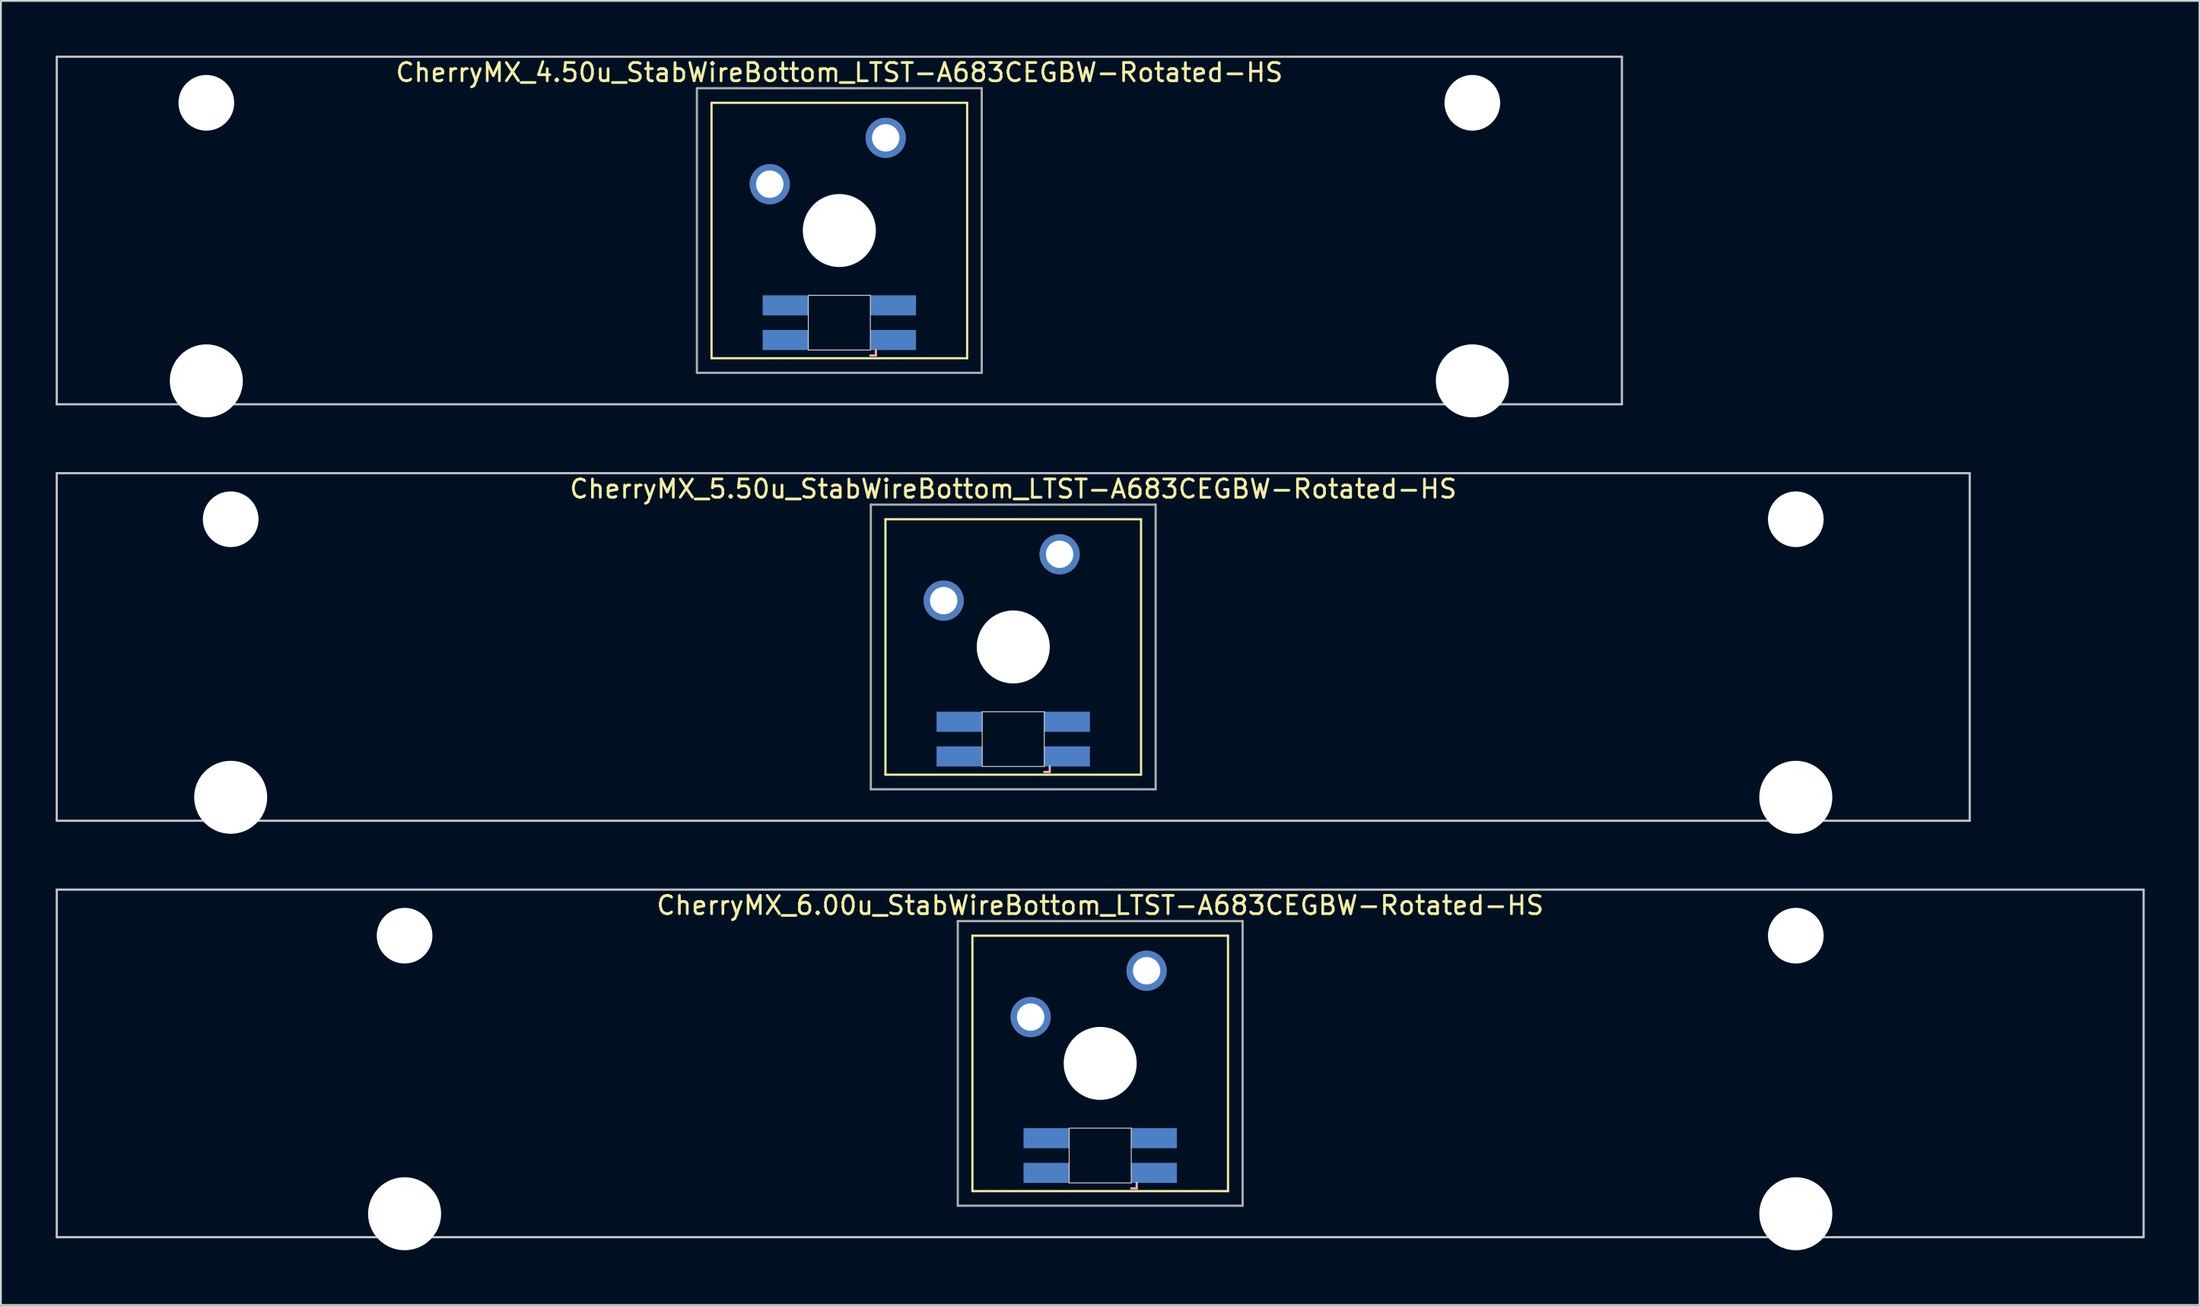
<source format=kicad_pcb>
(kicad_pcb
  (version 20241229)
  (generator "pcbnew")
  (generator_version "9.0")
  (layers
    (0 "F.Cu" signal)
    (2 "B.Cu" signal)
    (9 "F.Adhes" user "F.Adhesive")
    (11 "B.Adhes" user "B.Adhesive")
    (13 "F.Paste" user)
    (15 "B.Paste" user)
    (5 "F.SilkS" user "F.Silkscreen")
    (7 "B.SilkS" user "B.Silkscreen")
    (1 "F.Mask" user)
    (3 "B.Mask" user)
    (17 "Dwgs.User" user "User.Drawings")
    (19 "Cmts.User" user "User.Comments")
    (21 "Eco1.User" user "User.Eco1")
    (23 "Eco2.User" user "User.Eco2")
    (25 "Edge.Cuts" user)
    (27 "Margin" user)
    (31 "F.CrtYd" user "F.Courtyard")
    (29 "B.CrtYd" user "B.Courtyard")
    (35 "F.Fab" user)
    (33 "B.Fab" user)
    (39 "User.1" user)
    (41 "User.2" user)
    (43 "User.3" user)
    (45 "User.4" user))
  (footprint "CherryMX_6.00u_StabWireBottom_LTST-A683CEGBW-Rotated-HS"
    (layer "F.Cu")
    (at 57.21 55.235)
    (property "Reference" "CherryMX_6.00u_StabWireBottom_LTST-A683CEGBW-Rotated-HS" (at 0 -8.662 0) (layer "F.SilkS") (effects (font (size 1 1) (thickness 0.15))))
    (attr through_hole)
    (fp_line (start -7 -7) (end -7 7) (stroke (width 0.12) (type solid)) (layer "F.SilkS"))
    (fp_line (start -7 -7) (end 7 -7) (stroke (width 0.12) (type solid)) (layer "F.SilkS"))
    (fp_line (start 7 -7) (end 7 7) (stroke (width 0.12) (type solid)) (layer "F.SilkS"))
    (fp_line (start 7 7) (end -7 7) (stroke (width 0.12) (type solid)) (layer "F.SilkS"))
    (fp_line (start 1.7 6.85) (end 2 6.85) (stroke (width 0.12) (type solid)) (layer "B.SilkS"))
    (fp_line (start 2 6.85) (end 2 6.55) (stroke (width 0.12) (type solid)) (layer "B.SilkS"))
    (fp_line (start -57.15 -9.525) (end 57.15 -9.525) (stroke (width 0.12) (type solid)) (layer "Dwgs.User"))
    (fp_line (start -57.15 9.525) (end -57.15 -9.525) (stroke (width 0.12) (type solid)) (layer "Dwgs.User"))
    (fp_line (start 57.15 -9.525) (end 57.15 9.525) (stroke (width 0.12) (type solid)) (layer "Dwgs.User"))
    (fp_line (start 57.15 9.525) (end -57.15 9.525) (stroke (width 0.12) (type solid)) (layer "Dwgs.User"))
    (fp_line (start -1.7 3.55) (end 1.7 3.55) (stroke (width 0.05) (type solid)) (layer "Edge.Cuts"))
    (fp_line (start -1.7 6.55) (end -1.7 3.55) (stroke (width 0.05) (type solid)) (layer "Edge.Cuts"))
    (fp_line (start 1.7 3.55) (end 1.7 6.55) (stroke (width 0.05) (type solid)) (layer "Edge.Cuts"))
    (fp_line (start 1.7 6.55) (end -1.7 6.55) (stroke (width 0.05) (type solid)) (layer "Edge.Cuts"))
    (fp_line (start -7.8 -7.8) (end -7.8 7.8) (stroke (width 0.12) (type solid)) (layer "F.Fab"))
    (fp_line (start -7.8 -7.8) (end 7.8 -7.8) (stroke (width 0.12) (type solid)) (layer "F.Fab"))
    (fp_line (start -7.8 7.8) (end 7.8 7.8) (stroke (width 0.12) (type solid)) (layer "F.Fab"))
    (fp_line (start 7.8 -7.8) (end 7.8 7.8) (stroke (width 0.12) (type solid)) (layer "F.Fab"))
    (pad "" np_thru_hole circle (at -38.1 -7) (size 3.05 3.05) (drill 3.05) (layers "*.Cu" "*.Mask"))
    (pad "" np_thru_hole circle (at -38.1 8.24) (size 4 4) (drill 4) (layers "*.Cu" "*.Mask"))
    (pad "" np_thru_hole circle (at 0 0) (size 4 4) (drill 4) (layers "*.Cu" "*.Mask"))
    (pad "" np_thru_hole circle (at 38.1 -7) (size 3.05 3.05) (drill 3.05) (layers "*.Cu" "*.Mask"))
    (pad "" np_thru_hole circle (at 38.1 8.24) (size 4 4) (drill 4) (layers "*.Cu" "*.Mask"))
    (pad "1" thru_hole circle (at -3.81 -2.54) (size 2.2 2.2) (drill 1.5) (layers "*.Cu" "*.Mask"))
    (pad "2" thru_hole circle (at 2.54 -5.08) (size 2.2 2.2) (drill 1.5) (layers "*.Cu" "*.Mask"))
    (pad "3" smd rect (at 2.95 6) (size 2.5 1.1) (layers "B.Cu" "B.Mask" "B.Paste"))
    (pad "4" smd rect (at 2.95 4.1) (size 2.5 1.1) (layers "B.Cu" "B.Mask" "B.Paste"))
    (pad "5" smd rect (at -2.95 6) (size 2.5 1.1) (layers "B.Cu" "B.Mask" "B.Paste"))
    (pad "6" smd rect (at -2.95 4.1) (size 2.5 1.1) (layers "B.Cu" "B.Mask" "B.Paste")))
  (footprint "CherryMX_5.50u_StabWireBottom_LTST-A683CEGBW-Rotated-HS"
    (layer "F.Cu")
    (at 52.447 32.41)
    (property "Reference" "CherryMX_5.50u_StabWireBottom_LTST-A683CEGBW-Rotated-HS" (at 0 -8.662 0) (layer "F.SilkS") (effects (font (size 1 1) (thickness 0.15))))
    (attr through_hole)
    (fp_line (start -7 -7) (end -7 7) (stroke (width 0.12) (type solid)) (layer "F.SilkS"))
    (fp_line (start -7 -7) (end 7 -7) (stroke (width 0.12) (type solid)) (layer "F.SilkS"))
    (fp_line (start 7 -7) (end 7 7) (stroke (width 0.12) (type solid)) (layer "F.SilkS"))
    (fp_line (start 7 7) (end -7 7) (stroke (width 0.12) (type solid)) (layer "F.SilkS"))
    (fp_line (start 1.7 6.85) (end 2 6.85) (stroke (width 0.12) (type solid)) (layer "B.SilkS"))
    (fp_line (start 2 6.85) (end 2 6.55) (stroke (width 0.12) (type solid)) (layer "B.SilkS"))
    (fp_line (start -52.388 -9.525) (end 52.388 -9.525) (stroke (width 0.12) (type solid)) (layer "Dwgs.User"))
    (fp_line (start -52.388 9.525) (end -52.388 -9.525) (stroke (width 0.12) (type solid)) (layer "Dwgs.User"))
    (fp_line (start 52.388 -9.525) (end 52.388 9.525) (stroke (width 0.12) (type solid)) (layer "Dwgs.User"))
    (fp_line (start 52.388 9.525) (end -52.388 9.525) (stroke (width 0.12) (type solid)) (layer "Dwgs.User"))
    (fp_line (start -1.7 3.55) (end 1.7 3.55) (stroke (width 0.05) (type solid)) (layer "Edge.Cuts"))
    (fp_line (start -1.7 6.55) (end -1.7 3.55) (stroke (width 0.05) (type solid)) (layer "Edge.Cuts"))
    (fp_line (start 1.7 3.55) (end 1.7 6.55) (stroke (width 0.05) (type solid)) (layer "Edge.Cuts"))
    (fp_line (start 1.7 6.55) (end -1.7 6.55) (stroke (width 0.05) (type solid)) (layer "Edge.Cuts"))
    (fp_line (start -7.8 -7.8) (end -7.8 7.8) (stroke (width 0.12) (type solid)) (layer "F.Fab"))
    (fp_line (start -7.8 -7.8) (end 7.8 -7.8) (stroke (width 0.12) (type solid)) (layer "F.Fab"))
    (fp_line (start -7.8 7.8) (end 7.8 7.8) (stroke (width 0.12) (type solid)) (layer "F.Fab"))
    (fp_line (start 7.8 -7.8) (end 7.8 7.8) (stroke (width 0.12) (type solid)) (layer "F.Fab"))
    (pad "" np_thru_hole circle (at -42.862 -7) (size 3.05 3.05) (drill 3.05) (layers "*.Cu" "*.Mask"))
    (pad "" np_thru_hole circle (at -42.862 8.24) (size 4 4) (drill 4) (layers "*.Cu" "*.Mask"))
    (pad "" np_thru_hole circle (at 0 0) (size 4 4) (drill 4) (layers "*.Cu" "*.Mask"))
    (pad "" np_thru_hole circle (at 42.862 -7) (size 3.05 3.05) (drill 3.05) (layers "*.Cu" "*.Mask"))
    (pad "" np_thru_hole circle (at 42.862 8.24) (size 4 4) (drill 4) (layers "*.Cu" "*.Mask"))
    (pad "1" thru_hole circle (at -3.81 -2.54) (size 2.2 2.2) (drill 1.5) (layers "*.Cu" "*.Mask"))
    (pad "2" thru_hole circle (at 2.54 -5.08) (size 2.2 2.2) (drill 1.5) (layers "*.Cu" "*.Mask"))
    (pad "3" smd rect (at 2.95 6) (size 2.5 1.1) (layers "B.Cu" "B.Mask" "B.Paste"))
    (pad "4" smd rect (at 2.95 4.1) (size 2.5 1.1) (layers "B.Cu" "B.Mask" "B.Paste"))
    (pad "5" smd rect (at -2.95 6) (size 2.5 1.1) (layers "B.Cu" "B.Mask" "B.Paste"))
    (pad "6" smd rect (at -2.95 4.1) (size 2.5 1.1) (layers "B.Cu" "B.Mask" "B.Paste")))
  (footprint "CherryMX_4.50u_StabWireBottom_LTST-A683CEGBW-Rotated-HS"
    (layer "F.Cu")
    (at 42.922 9.585)
    (property "Reference" "CherryMX_4.50u_StabWireBottom_LTST-A683CEGBW-Rotated-HS" (at 0 -8.662 0) (layer "F.SilkS") (effects (font (size 1 1) (thickness 0.15))))
    (attr through_hole)
    (fp_line (start -7 -7) (end -7 7) (stroke (width 0.12) (type solid)) (layer "F.SilkS"))
    (fp_line (start -7 -7) (end 7 -7) (stroke (width 0.12) (type solid)) (layer "F.SilkS"))
    (fp_line (start 7 -7) (end 7 7) (stroke (width 0.12) (type solid)) (layer "F.SilkS"))
    (fp_line (start 7 7) (end -7 7) (stroke (width 0.12) (type solid)) (layer "F.SilkS"))
    (fp_line (start 1.7 6.85) (end 2 6.85) (stroke (width 0.12) (type solid)) (layer "B.SilkS"))
    (fp_line (start 2 6.85) (end 2 6.55) (stroke (width 0.12) (type solid)) (layer "B.SilkS"))
    (fp_line (start -42.862 -9.525) (end 42.862 -9.525) (stroke (width 0.12) (type solid)) (layer "Dwgs.User"))
    (fp_line (start -42.862 9.525) (end -42.862 -9.525) (stroke (width 0.12) (type solid)) (layer "Dwgs.User"))
    (fp_line (start 42.862 -9.525) (end 42.862 9.525) (stroke (width 0.12) (type solid)) (layer "Dwgs.User"))
    (fp_line (start 42.862 9.525) (end -42.862 9.525) (stroke (width 0.12) (type solid)) (layer "Dwgs.User"))
    (fp_line (start -1.7 3.55) (end 1.7 3.55) (stroke (width 0.05) (type solid)) (layer "Edge.Cuts"))
    (fp_line (start -1.7 6.55) (end -1.7 3.55) (stroke (width 0.05) (type solid)) (layer "Edge.Cuts"))
    (fp_line (start 1.7 3.55) (end 1.7 6.55) (stroke (width 0.05) (type solid)) (layer "Edge.Cuts"))
    (fp_line (start 1.7 6.55) (end -1.7 6.55) (stroke (width 0.05) (type solid)) (layer "Edge.Cuts"))
    (fp_line (start -7.8 -7.8) (end -7.8 7.8) (stroke (width 0.12) (type solid)) (layer "F.Fab"))
    (fp_line (start -7.8 -7.8) (end 7.8 -7.8) (stroke (width 0.12) (type solid)) (layer "F.Fab"))
    (fp_line (start -7.8 7.8) (end 7.8 7.8) (stroke (width 0.12) (type solid)) (layer "F.Fab"))
    (fp_line (start 7.8 -7.8) (end 7.8 7.8) (stroke (width 0.12) (type solid)) (layer "F.Fab"))
    (pad "" np_thru_hole circle (at -34.671 -7) (size 3.05 3.05) (drill 3.05) (layers "*.Cu" "*.Mask"))
    (pad "" np_thru_hole circle (at -34.671 8.24) (size 4 4) (drill 4) (layers "*.Cu" "*.Mask"))
    (pad "" np_thru_hole circle (at 0 0) (size 4 4) (drill 4) (layers "*.Cu" "*.Mask"))
    (pad "" np_thru_hole circle (at 34.671 -7) (size 3.05 3.05) (drill 3.05) (layers "*.Cu" "*.Mask"))
    (pad "" np_thru_hole circle (at 34.671 8.24) (size 4 4) (drill 4) (layers "*.Cu" "*.Mask"))
    (pad "1" thru_hole circle (at -3.81 -2.54) (size 2.2 2.2) (drill 1.5) (layers "*.Cu" "*.Mask"))
    (pad "2" thru_hole circle (at 2.54 -5.08) (size 2.2 2.2) (drill 1.5) (layers "*.Cu" "*.Mask"))
    (pad "3" smd rect (at 2.95 6) (size 2.5 1.1) (layers "B.Cu" "B.Mask" "B.Paste"))
    (pad "4" smd rect (at 2.95 4.1) (size 2.5 1.1) (layers "B.Cu" "B.Mask" "B.Paste"))
    (pad "5" smd rect (at -2.95 6) (size 2.5 1.1) (layers "B.Cu" "B.Mask" "B.Paste"))
    (pad "6" smd rect (at -2.95 4.1) (size 2.5 1.1) (layers "B.Cu" "B.Mask" "B.Paste")))
  (gr_rect
    (start -3 -3)
    (end 117.42 68.475)
    (stroke (width 0.1) (type default))
    (fill no)
    (layer "Edge.Cuts")))
</source>
